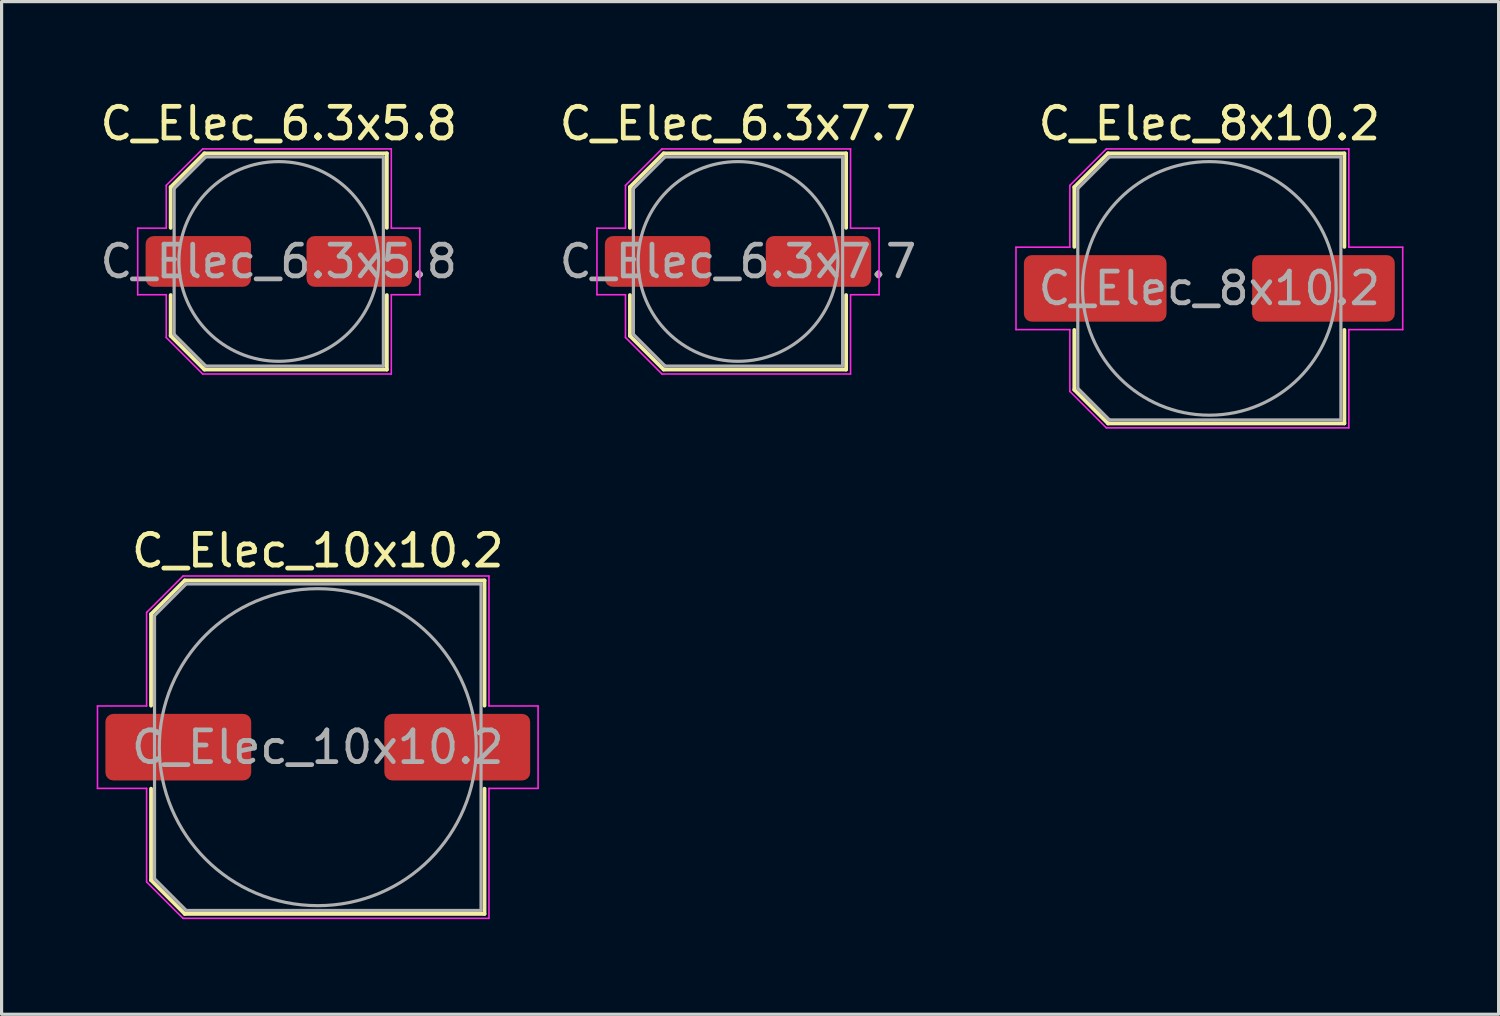
<source format=kicad_pcb>
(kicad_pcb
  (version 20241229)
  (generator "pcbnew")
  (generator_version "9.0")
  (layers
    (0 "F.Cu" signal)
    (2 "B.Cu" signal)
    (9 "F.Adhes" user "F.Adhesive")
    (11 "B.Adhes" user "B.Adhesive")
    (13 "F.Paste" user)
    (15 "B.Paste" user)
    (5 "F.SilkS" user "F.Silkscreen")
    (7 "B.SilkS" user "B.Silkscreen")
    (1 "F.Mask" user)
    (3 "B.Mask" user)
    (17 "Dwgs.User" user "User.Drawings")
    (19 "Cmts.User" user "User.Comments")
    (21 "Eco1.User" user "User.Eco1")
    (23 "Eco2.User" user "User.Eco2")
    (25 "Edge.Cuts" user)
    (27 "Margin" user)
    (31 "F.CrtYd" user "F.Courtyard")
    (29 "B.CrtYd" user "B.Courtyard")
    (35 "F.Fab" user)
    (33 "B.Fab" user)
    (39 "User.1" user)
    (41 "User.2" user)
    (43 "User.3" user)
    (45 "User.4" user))
  (footprint "C_Elec_10x10.2"
    (layer "F.Cu")
    (at 6.975 20.521)
    (property "Reference" "C_Elec_10x10.2" (at 0 -6.2 0) (layer "F.SilkS") (effects (font (size 1 1) (thickness 0.15))))
    (attr smd)
    (fp_line (start -5.26 -4.196) (end -5.26 -1.31) (stroke (width 0.12) (type solid)) (layer "F.SilkS"))
    (fp_line (start -5.26 -4.196) (end -4.196 -5.26) (stroke (width 0.12) (type solid)) (layer "F.SilkS"))
    (fp_line (start -5.26 4.196) (end -5.26 1.31) (stroke (width 0.12) (type solid)) (layer "F.SilkS"))
    (fp_line (start -5.26 4.196) (end -4.196 5.26) (stroke (width 0.12) (type solid)) (layer "F.SilkS"))
    (fp_line (start -4.196 -5.26) (end 5.26 -5.26) (stroke (width 0.12) (type solid)) (layer "F.SilkS"))
    (fp_line (start -4.196 5.26) (end 5.26 5.26) (stroke (width 0.12) (type solid)) (layer "F.SilkS"))
    (fp_line (start 5.26 -5.26) (end 5.26 -1.31) (stroke (width 0.12) (type solid)) (layer "F.SilkS"))
    (fp_line (start 5.26 5.26) (end 5.26 1.31) (stroke (width 0.12) (type solid)) (layer "F.SilkS"))
    (fp_line (start -6.95 -1.3) (end -6.95 1.3) (stroke (width 0.05) (type solid)) (layer "F.CrtYd"))
    (fp_line (start -6.95 1.3) (end -5.4 1.3) (stroke (width 0.05) (type solid)) (layer "F.CrtYd"))
    (fp_line (start -5.4 -4.25) (end -5.4 -1.3) (stroke (width 0.05) (type solid)) (layer "F.CrtYd"))
    (fp_line (start -5.4 -4.25) (end -4.25 -5.4) (stroke (width 0.05) (type solid)) (layer "F.CrtYd"))
    (fp_line (start -5.4 -1.3) (end -6.95 -1.3) (stroke (width 0.05) (type solid)) (layer "F.CrtYd"))
    (fp_line (start -5.4 1.3) (end -5.4 4.25) (stroke (width 0.05) (type solid)) (layer "F.CrtYd"))
    (fp_line (start -5.4 4.25) (end -4.25 5.4) (stroke (width 0.05) (type solid)) (layer "F.CrtYd"))
    (fp_line (start -4.25 -5.4) (end 5.4 -5.4) (stroke (width 0.05) (type solid)) (layer "F.CrtYd"))
    (fp_line (start -4.25 5.4) (end 5.4 5.4) (stroke (width 0.05) (type solid)) (layer "F.CrtYd"))
    (fp_line (start 5.4 -5.4) (end 5.4 -1.3) (stroke (width 0.05) (type solid)) (layer "F.CrtYd"))
    (fp_line (start 5.4 -1.3) (end 6.95 -1.3) (stroke (width 0.05) (type solid)) (layer "F.CrtYd"))
    (fp_line (start 5.4 1.3) (end 5.4 5.4) (stroke (width 0.05) (type solid)) (layer "F.CrtYd"))
    (fp_line (start 6.95 -1.3) (end 6.95 1.3) (stroke (width 0.05) (type solid)) (layer "F.CrtYd"))
    (fp_line (start 6.95 1.3) (end 5.4 1.3) (stroke (width 0.05) (type solid)) (layer "F.CrtYd"))
    (fp_line (start -5.15 -4.15) (end -5.15 4.15) (stroke (width 0.1) (type solid)) (layer "F.Fab"))
    (fp_line (start -5.15 -4.15) (end -4.15 -5.15) (stroke (width 0.1) (type solid)) (layer "F.Fab"))
    (fp_line (start -5.15 4.15) (end -4.15 5.15) (stroke (width 0.1) (type solid)) (layer "F.Fab"))
    (fp_line (start -4.15 -5.15) (end 5.15 -5.15) (stroke (width 0.1) (type solid)) (layer "F.Fab"))
    (fp_line (start -4.15 5.15) (end 5.15 5.15) (stroke (width 0.1) (type solid)) (layer "F.Fab"))
    (fp_line (start 5.15 -5.15) (end 5.15 5.15) (stroke (width 0.1) (type solid)) (layer "F.Fab"))
    (fp_circle (center 0 0) (end 5 0) (stroke (width 0.1) (type solid)) (fill no) (layer "F.Fab"))
    (fp_text user "${REFERENCE}" (at 0 0 0) (layer "F.Fab") (effects (font (size 1 1) (thickness 0.15))))
    (pad "1" smd roundrect (at -4.4 0) (size 4.6 2.1) (layers "F.Cu" "F.Mask" "F.Paste") (roundrect_rratio 0.119))
    (pad "2" smd roundrect (at 4.4 0) (size 4.6 2.1) (layers "F.Cu" "F.Mask" "F.Paste") (roundrect_rratio 0.119)))
  (footprint "C_Elec_6.3x7.7"
    (layer "F.Cu")
    (at 20.232 5.198)
    (property "Reference" "C_Elec_6.3x7.7" (at 0 -4.35 0) (layer "F.SilkS") (effects (font (size 1 1) (thickness 0.15))))
    (attr smd)
    (fp_line (start -3.41 -2.346) (end -3.41 -1.06) (stroke (width 0.12) (type solid)) (layer "F.SilkS"))
    (fp_line (start -3.41 -2.346) (end -2.346 -3.41) (stroke (width 0.12) (type solid)) (layer "F.SilkS"))
    (fp_line (start -3.41 2.346) (end -3.41 1.06) (stroke (width 0.12) (type solid)) (layer "F.SilkS"))
    (fp_line (start -3.41 2.346) (end -2.346 3.41) (stroke (width 0.12) (type solid)) (layer "F.SilkS"))
    (fp_line (start -2.346 -3.41) (end 3.41 -3.41) (stroke (width 0.12) (type solid)) (layer "F.SilkS"))
    (fp_line (start -2.346 3.41) (end 3.41 3.41) (stroke (width 0.12) (type solid)) (layer "F.SilkS"))
    (fp_line (start 3.41 -3.41) (end 3.41 -1.06) (stroke (width 0.12) (type solid)) (layer "F.SilkS"))
    (fp_line (start 3.41 3.41) (end 3.41 1.06) (stroke (width 0.12) (type solid)) (layer "F.SilkS"))
    (fp_line (start -4.45 -1.05) (end -4.45 1.05) (stroke (width 0.05) (type solid)) (layer "F.CrtYd"))
    (fp_line (start -4.45 1.05) (end -3.55 1.05) (stroke (width 0.05) (type solid)) (layer "F.CrtYd"))
    (fp_line (start -3.55 -2.4) (end -3.55 -1.05) (stroke (width 0.05) (type solid)) (layer "F.CrtYd"))
    (fp_line (start -3.55 -2.4) (end -2.4 -3.55) (stroke (width 0.05) (type solid)) (layer "F.CrtYd"))
    (fp_line (start -3.55 -1.05) (end -4.45 -1.05) (stroke (width 0.05) (type solid)) (layer "F.CrtYd"))
    (fp_line (start -3.55 1.05) (end -3.55 2.4) (stroke (width 0.05) (type solid)) (layer "F.CrtYd"))
    (fp_line (start -3.55 2.4) (end -2.4 3.55) (stroke (width 0.05) (type solid)) (layer "F.CrtYd"))
    (fp_line (start -2.4 -3.55) (end 3.55 -3.55) (stroke (width 0.05) (type solid)) (layer "F.CrtYd"))
    (fp_line (start -2.4 3.55) (end 3.55 3.55) (stroke (width 0.05) (type solid)) (layer "F.CrtYd"))
    (fp_line (start 3.55 -3.55) (end 3.55 -1.05) (stroke (width 0.05) (type solid)) (layer "F.CrtYd"))
    (fp_line (start 3.55 -1.05) (end 4.45 -1.05) (stroke (width 0.05) (type solid)) (layer "F.CrtYd"))
    (fp_line (start 3.55 1.05) (end 3.55 3.55) (stroke (width 0.05) (type solid)) (layer "F.CrtYd"))
    (fp_line (start 4.45 -1.05) (end 4.45 1.05) (stroke (width 0.05) (type solid)) (layer "F.CrtYd"))
    (fp_line (start 4.45 1.05) (end 3.55 1.05) (stroke (width 0.05) (type solid)) (layer "F.CrtYd"))
    (fp_line (start -3.3 -2.3) (end -3.3 2.3) (stroke (width 0.1) (type solid)) (layer "F.Fab"))
    (fp_line (start -3.3 -2.3) (end -2.3 -3.3) (stroke (width 0.1) (type solid)) (layer "F.Fab"))
    (fp_line (start -3.3 2.3) (end -2.3 3.3) (stroke (width 0.1) (type solid)) (layer "F.Fab"))
    (fp_line (start -2.3 -3.3) (end 3.3 -3.3) (stroke (width 0.1) (type solid)) (layer "F.Fab"))
    (fp_line (start -2.3 3.3) (end 3.3 3.3) (stroke (width 0.1) (type solid)) (layer "F.Fab"))
    (fp_line (start 3.3 -3.3) (end 3.3 3.3) (stroke (width 0.1) (type solid)) (layer "F.Fab"))
    (fp_circle (center 0 0) (end 3.15 0) (stroke (width 0.1) (type solid)) (fill no) (layer "F.Fab"))
    (fp_text user "${REFERENCE}" (at 0 0 0) (layer "F.Fab") (effects (font (size 1 1) (thickness 0.15))))
    (pad "1" smd roundrect (at -2.538 0) (size 3.325 1.6) (layers "F.Cu" "F.Mask" "F.Paste") (roundrect_rratio 0.156))
    (pad "2" smd roundrect (at 2.538 0) (size 3.325 1.6) (layers "F.Cu" "F.Mask" "F.Paste") (roundrect_rratio 0.156)))
  (footprint "C_Elec_8x10.2"
    (layer "F.Cu")
    (at 35.101 6.048)
    (property "Reference" "C_Elec_8x10.2" (at 0 -5.2 0) (layer "F.SilkS") (effects (font (size 1 1) (thickness 0.15))))
    (attr smd)
    (fp_line (start -4.26 -3.196) (end -4.26 -1.31) (stroke (width 0.12) (type solid)) (layer "F.SilkS"))
    (fp_line (start -4.26 -3.196) (end -3.196 -4.26) (stroke (width 0.12) (type solid)) (layer "F.SilkS"))
    (fp_line (start -4.26 3.196) (end -4.26 1.31) (stroke (width 0.12) (type solid)) (layer "F.SilkS"))
    (fp_line (start -4.26 3.196) (end -3.196 4.26) (stroke (width 0.12) (type solid)) (layer "F.SilkS"))
    (fp_line (start -3.196 -4.26) (end 4.26 -4.26) (stroke (width 0.12) (type solid)) (layer "F.SilkS"))
    (fp_line (start -3.196 4.26) (end 4.26 4.26) (stroke (width 0.12) (type solid)) (layer "F.SilkS"))
    (fp_line (start 4.26 -4.26) (end 4.26 -1.31) (stroke (width 0.12) (type solid)) (layer "F.SilkS"))
    (fp_line (start 4.26 4.26) (end 4.26 1.31) (stroke (width 0.12) (type solid)) (layer "F.SilkS"))
    (fp_line (start -6.1 -1.3) (end -6.1 1.3) (stroke (width 0.05) (type solid)) (layer "F.CrtYd"))
    (fp_line (start -6.1 1.3) (end -4.4 1.3) (stroke (width 0.05) (type solid)) (layer "F.CrtYd"))
    (fp_line (start -4.4 -3.25) (end -4.4 -1.3) (stroke (width 0.05) (type solid)) (layer "F.CrtYd"))
    (fp_line (start -4.4 -3.25) (end -3.25 -4.4) (stroke (width 0.05) (type solid)) (layer "F.CrtYd"))
    (fp_line (start -4.4 -1.3) (end -6.1 -1.3) (stroke (width 0.05) (type solid)) (layer "F.CrtYd"))
    (fp_line (start -4.4 1.3) (end -4.4 3.25) (stroke (width 0.05) (type solid)) (layer "F.CrtYd"))
    (fp_line (start -4.4 3.25) (end -3.25 4.4) (stroke (width 0.05) (type solid)) (layer "F.CrtYd"))
    (fp_line (start -3.25 -4.4) (end 4.4 -4.4) (stroke (width 0.05) (type solid)) (layer "F.CrtYd"))
    (fp_line (start -3.25 4.4) (end 4.4 4.4) (stroke (width 0.05) (type solid)) (layer "F.CrtYd"))
    (fp_line (start 4.4 -4.4) (end 4.4 -1.3) (stroke (width 0.05) (type solid)) (layer "F.CrtYd"))
    (fp_line (start 4.4 -1.3) (end 6.1 -1.3) (stroke (width 0.05) (type solid)) (layer "F.CrtYd"))
    (fp_line (start 4.4 1.3) (end 4.4 4.4) (stroke (width 0.05) (type solid)) (layer "F.CrtYd"))
    (fp_line (start 6.1 -1.3) (end 6.1 1.3) (stroke (width 0.05) (type solid)) (layer "F.CrtYd"))
    (fp_line (start 6.1 1.3) (end 4.4 1.3) (stroke (width 0.05) (type solid)) (layer "F.CrtYd"))
    (fp_line (start -4.15 -3.15) (end -4.15 3.15) (stroke (width 0.1) (type solid)) (layer "F.Fab"))
    (fp_line (start -4.15 -3.15) (end -3.15 -4.15) (stroke (width 0.1) (type solid)) (layer "F.Fab"))
    (fp_line (start -4.15 3.15) (end -3.15 4.15) (stroke (width 0.1) (type solid)) (layer "F.Fab"))
    (fp_line (start -3.15 -4.15) (end 4.15 -4.15) (stroke (width 0.1) (type solid)) (layer "F.Fab"))
    (fp_line (start -3.15 4.15) (end 4.15 4.15) (stroke (width 0.1) (type solid)) (layer "F.Fab"))
    (fp_line (start 4.15 -4.15) (end 4.15 4.15) (stroke (width 0.1) (type solid)) (layer "F.Fab"))
    (fp_circle (center 0 0) (end 4 0) (stroke (width 0.1) (type solid)) (fill no) (layer "F.Fab"))
    (fp_text user "${REFERENCE}" (at 0 0 0) (layer "F.Fab") (effects (font (size 1 1) (thickness 0.15))))
    (pad "1" smd roundrect (at -3.6 0) (size 4.5 2.1) (layers "F.Cu" "F.Mask" "F.Paste") (roundrect_rratio 0.119))
    (pad "2" smd roundrect (at 3.6 0) (size 4.5 2.1) (layers "F.Cu" "F.Mask" "F.Paste") (roundrect_rratio 0.119)))
  (footprint "C_Elec_6.3x5.8"
    (layer "F.Cu")
    (at 5.744 5.198)
    (property "Reference" "C_Elec_6.3x5.8" (at 0 -4.35 0) (layer "F.SilkS") (effects (font (size 1 1) (thickness 0.15))))
    (attr smd)
    (fp_line (start -3.41 -2.346) (end -3.41 -1.06) (stroke (width 0.12) (type solid)) (layer "F.SilkS"))
    (fp_line (start -3.41 -2.346) (end -2.346 -3.41) (stroke (width 0.12) (type solid)) (layer "F.SilkS"))
    (fp_line (start -3.41 2.346) (end -3.41 1.06) (stroke (width 0.12) (type solid)) (layer "F.SilkS"))
    (fp_line (start -3.41 2.346) (end -2.346 3.41) (stroke (width 0.12) (type solid)) (layer "F.SilkS"))
    (fp_line (start -2.346 -3.41) (end 3.41 -3.41) (stroke (width 0.12) (type solid)) (layer "F.SilkS"))
    (fp_line (start -2.346 3.41) (end 3.41 3.41) (stroke (width 0.12) (type solid)) (layer "F.SilkS"))
    (fp_line (start 3.41 -3.41) (end 3.41 -1.06) (stroke (width 0.12) (type solid)) (layer "F.SilkS"))
    (fp_line (start 3.41 3.41) (end 3.41 1.06) (stroke (width 0.12) (type solid)) (layer "F.SilkS"))
    (fp_line (start -4.45 -1.05) (end -4.45 1.05) (stroke (width 0.05) (type solid)) (layer "F.CrtYd"))
    (fp_line (start -4.45 1.05) (end -3.55 1.05) (stroke (width 0.05) (type solid)) (layer "F.CrtYd"))
    (fp_line (start -3.55 -2.4) (end -3.55 -1.05) (stroke (width 0.05) (type solid)) (layer "F.CrtYd"))
    (fp_line (start -3.55 -2.4) (end -2.4 -3.55) (stroke (width 0.05) (type solid)) (layer "F.CrtYd"))
    (fp_line (start -3.55 -1.05) (end -4.45 -1.05) (stroke (width 0.05) (type solid)) (layer "F.CrtYd"))
    (fp_line (start -3.55 1.05) (end -3.55 2.4) (stroke (width 0.05) (type solid)) (layer "F.CrtYd"))
    (fp_line (start -3.55 2.4) (end -2.4 3.55) (stroke (width 0.05) (type solid)) (layer "F.CrtYd"))
    (fp_line (start -2.4 -3.55) (end 3.55 -3.55) (stroke (width 0.05) (type solid)) (layer "F.CrtYd"))
    (fp_line (start -2.4 3.55) (end 3.55 3.55) (stroke (width 0.05) (type solid)) (layer "F.CrtYd"))
    (fp_line (start 3.55 -3.55) (end 3.55 -1.05) (stroke (width 0.05) (type solid)) (layer "F.CrtYd"))
    (fp_line (start 3.55 -1.05) (end 4.45 -1.05) (stroke (width 0.05) (type solid)) (layer "F.CrtYd"))
    (fp_line (start 3.55 1.05) (end 3.55 3.55) (stroke (width 0.05) (type solid)) (layer "F.CrtYd"))
    (fp_line (start 4.45 -1.05) (end 4.45 1.05) (stroke (width 0.05) (type solid)) (layer "F.CrtYd"))
    (fp_line (start 4.45 1.05) (end 3.55 1.05) (stroke (width 0.05) (type solid)) (layer "F.CrtYd"))
    (fp_line (start -3.3 -2.3) (end -3.3 2.3) (stroke (width 0.1) (type solid)) (layer "F.Fab"))
    (fp_line (start -3.3 -2.3) (end -2.3 -3.3) (stroke (width 0.1) (type solid)) (layer "F.Fab"))
    (fp_line (start -3.3 2.3) (end -2.3 3.3) (stroke (width 0.1) (type solid)) (layer "F.Fab"))
    (fp_line (start -2.3 -3.3) (end 3.3 -3.3) (stroke (width 0.1) (type solid)) (layer "F.Fab"))
    (fp_line (start -2.3 3.3) (end 3.3 3.3) (stroke (width 0.1) (type solid)) (layer "F.Fab"))
    (fp_line (start 3.3 -3.3) (end 3.3 3.3) (stroke (width 0.1) (type solid)) (layer "F.Fab"))
    (fp_circle (center 0 0) (end 3.15 0) (stroke (width 0.1) (type solid)) (fill no) (layer "F.Fab"))
    (fp_text user "${REFERENCE}" (at 0 0 0) (layer "F.Fab") (effects (font (size 1 1) (thickness 0.15))))
    (pad "1" smd roundrect (at -2.538 0) (size 3.325 1.6) (layers "F.Cu" "F.Mask" "F.Paste") (roundrect_rratio 0.156))
    (pad "2" smd roundrect (at 2.538 0) (size 3.325 1.6) (layers "F.Cu" "F.Mask" "F.Paste") (roundrect_rratio 0.156)))
  (gr_rect
    (start -3 -3)
    (end 44.226 28.947)
    (stroke (width 0.1) (type default))
    (fill no)
    (layer "Edge.Cuts")))
</source>
